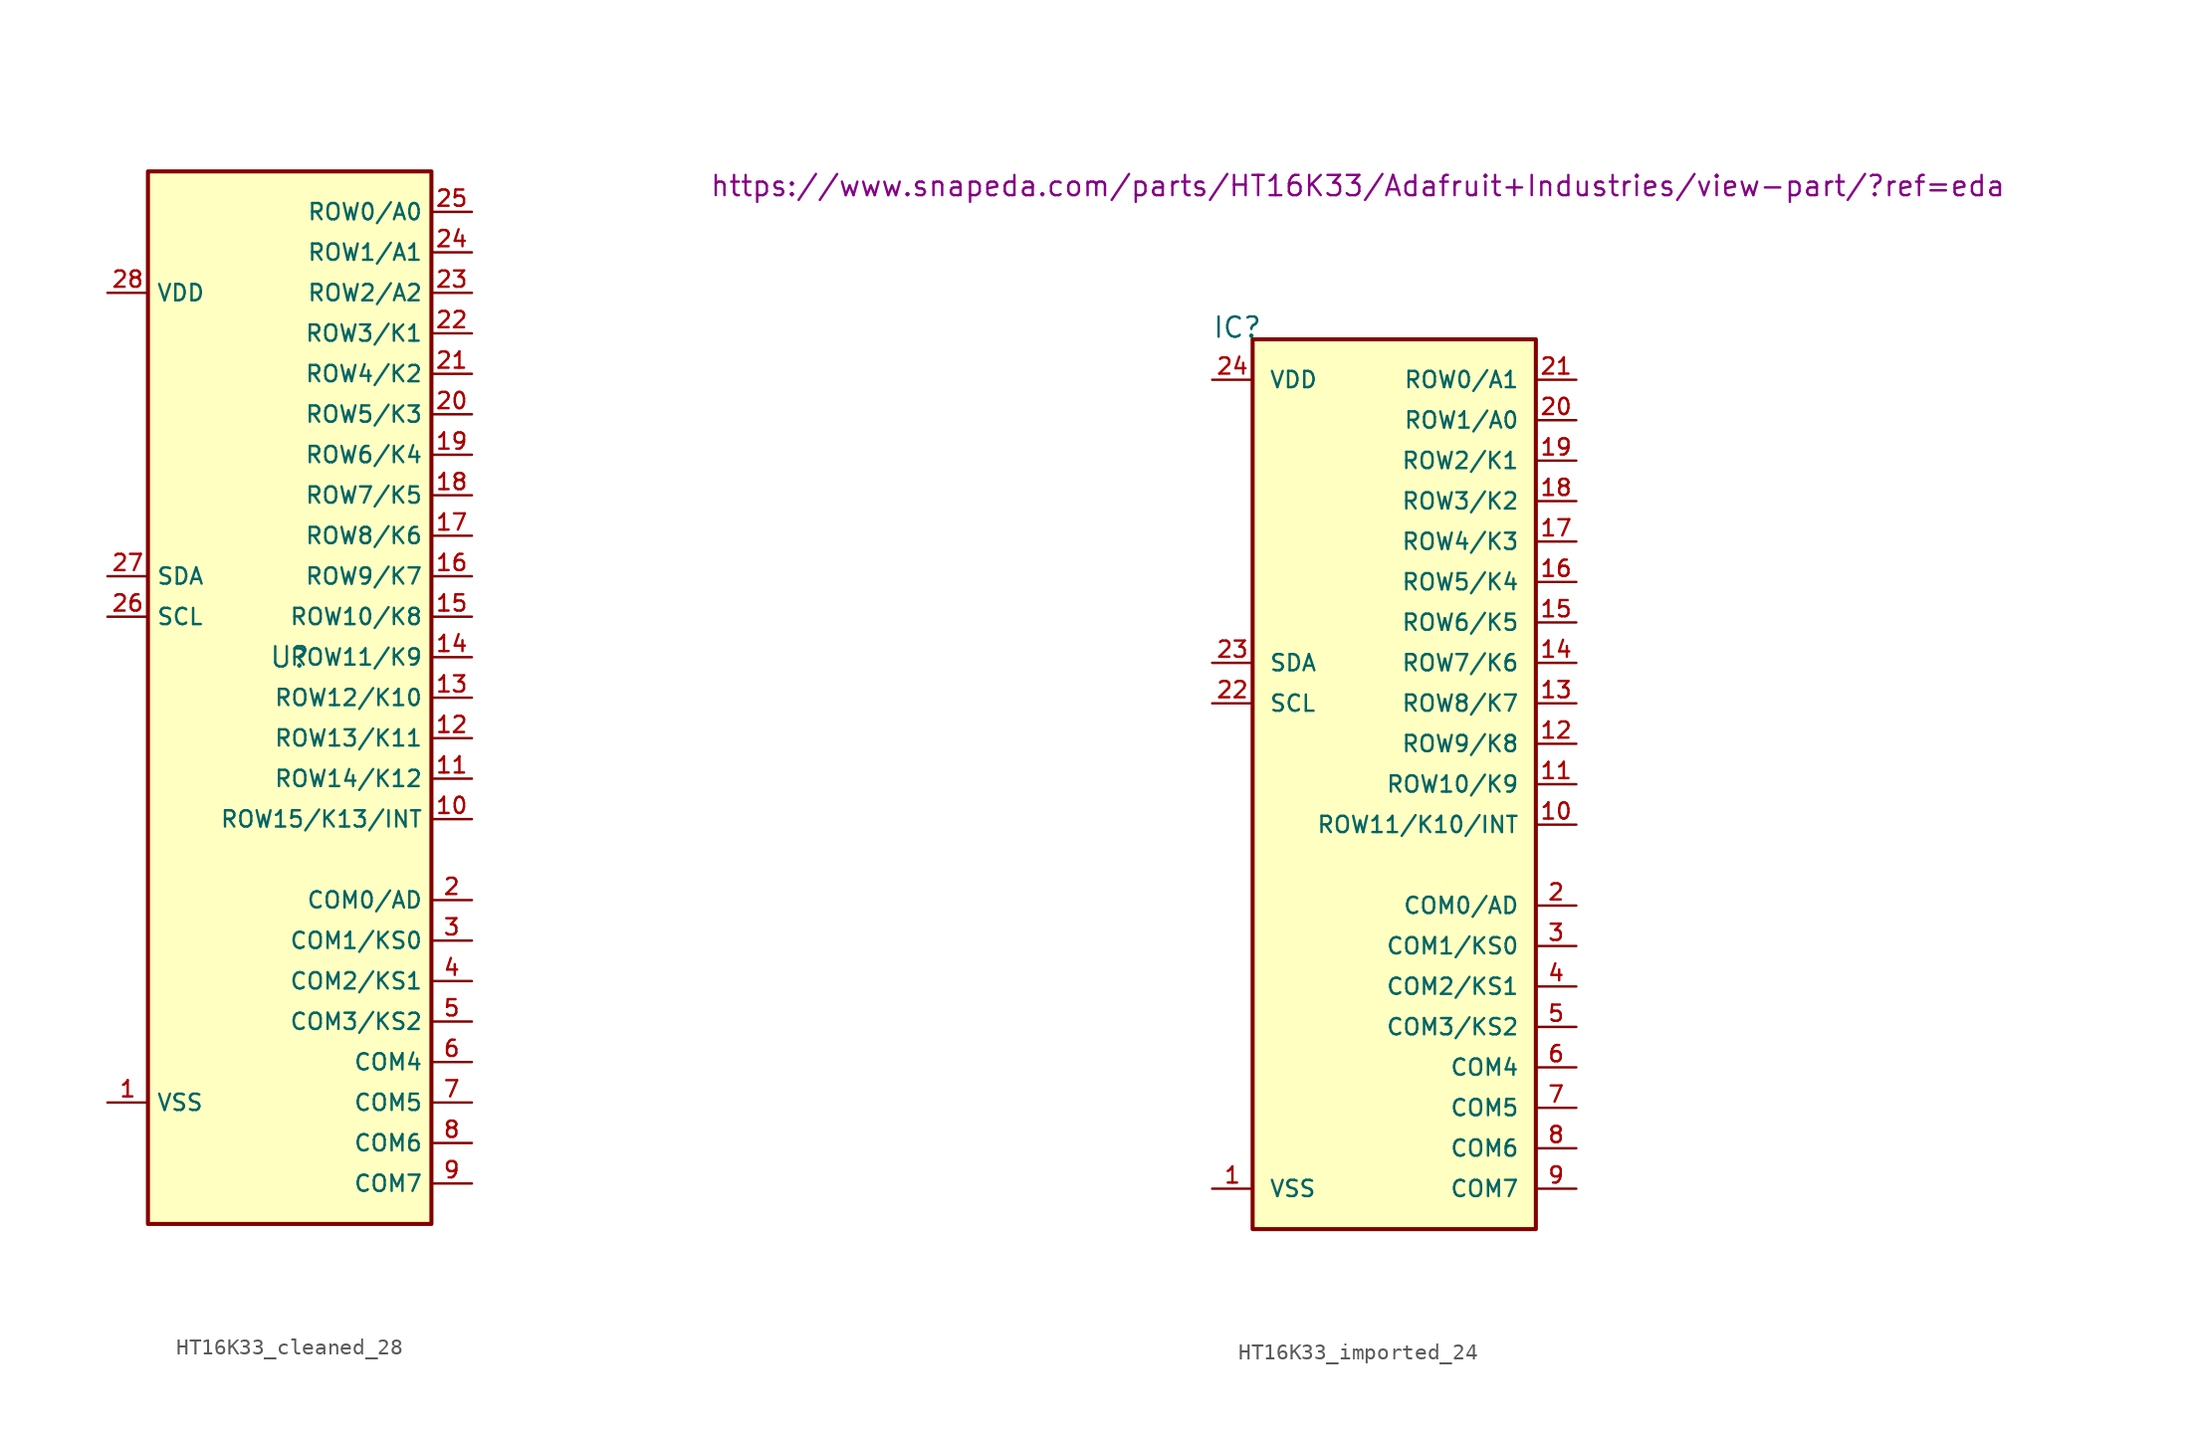
<source format=kicad_sym>
(kicad_symbol_lib
  (version 20231120)
  (generator "kicad_symbol_editor")
  (generator_version "8.0")
  (symbol "HT16K33_cleaned_28"
    (property "Reference" "U"
      (at 0 0 0)
      (effects (font (size 1.27 1.27))))
    (property "Value" ""
      (at 0 0 0)
      (effects (font (size 1.27 1.27))))
    (symbol "HT16K33_cleaned_28_0_0"
      (rectangle (start -8.89 30.48) (end 8.89 -35.56) (stroke (width 0.254) (type default)) (fill (type background)))
      (pin bidirectional line (at -11.43 -27.94 0) (length 2.54) (name "VSS" (effects (font (size 1.016 1.016)))) (number "1" (effects (font (size 1.016 1.016)))))
      (pin bidirectional line (at 11.43 -15.24 180) (length 2.54) (name "COM0/AD" (effects (font (size 1.016 1.016)))) (number "2" (effects (font (size 1.016 1.016)))))
      (pin bidirectional line (at 11.43 -17.78 180) (length 2.54) (name "COM1/KS0" (effects (font (size 1.016 1.016)))) (number "3" (effects (font (size 1.016 1.016)))))
      (pin bidirectional line (at 11.43 -20.32 180) (length 2.54) (name "COM2/KS1" (effects (font (size 1.016 1.016)))) (number "4" (effects (font (size 1.016 1.016)))))
      (pin bidirectional line (at 11.43 -22.86 180) (length 2.54) (name "COM3/KS2" (effects (font (size 1.016 1.016)))) (number "5" (effects (font (size 1.016 1.016)))))
      (pin bidirectional line (at 11.43 -25.4 180) (length 2.54) (name "COM4" (effects (font (size 1.016 1.016)))) (number "6" (effects (font (size 1.016 1.016)))))
      (pin bidirectional line (at 11.43 -27.94 180) (length 2.54) (name "COM5" (effects (font (size 1.016 1.016)))) (number "7" (effects (font (size 1.016 1.016)))))
      (pin bidirectional line (at 11.43 -30.48 180) (length 2.54) (name "COM6" (effects (font (size 1.016 1.016)))) (number "8" (effects (font (size 1.016 1.016)))))
      (pin bidirectional line (at 11.43 -33.02 180) (length 2.54) (name "COM7" (effects (font (size 1.016 1.016)))) (number "9" (effects (font (size 1.016 1.016))))))
    (symbol "HT16K33_cleaned_28_1_0"
      (pin bidirectional line (at 11.43 -10.16 180) (length 2.54) (name "ROW15/K13/INT" (effects (font (size 1.016 1.016)))) (number "10" (effects (font (size 1.016 1.016)))))
      (pin bidirectional line (at 11.43 -7.62 180) (length 2.54) (name "ROW14/K12" (effects (font (size 1.016 1.016)))) (number "11" (effects (font (size 1.016 1.016)))))
      (pin bidirectional line (at 11.43 -5.08 180) (length 2.54) (name "ROW13/K11" (effects (font (size 1.016 1.016)))) (number "12" (effects (font (size 1.016 1.016)))))
      (pin bidirectional line (at 11.43 -2.54 180) (length 2.54) (name "ROW12/K10" (effects (font (size 1.016 1.016)))) (number "13" (effects (font (size 1.016 1.016)))))
      (pin bidirectional line (at 11.43 0 180) (length 2.54) (name "ROW11/K9" (effects (font (size 1.016 1.016)))) (number "14" (effects (font (size 1.016 1.016)))))
      (pin bidirectional line (at 11.43 2.54 180) (length 2.54) (name "ROW10/K8" (effects (font (size 1.016 1.016)))) (number "15" (effects (font (size 1.016 1.016)))))
      (pin bidirectional line (at 11.43 5.08 180) (length 2.54) (name "ROW9/K7" (effects (font (size 1.016 1.016)))) (number "16" (effects (font (size 1.016 1.016)))))
      (pin bidirectional line (at 11.43 7.62 180) (length 2.54) (name "ROW8/K6" (effects (font (size 1.016 1.016)))) (number "17" (effects (font (size 1.016 1.016)))))
      (pin bidirectional line (at 11.43 10.16 180) (length 2.54) (name "ROW7/K5" (effects (font (size 1.016 1.016)))) (number "18" (effects (font (size 1.016 1.016)))))
      (pin bidirectional line (at 11.43 12.7 180) (length 2.54) (name "ROW6/K4" (effects (font (size 1.016 1.016)))) (number "19" (effects (font (size 1.016 1.016)))))
      (pin bidirectional line (at 11.43 15.24 180) (length 2.54) (name "ROW5/K3" (effects (font (size 1.016 1.016)))) (number "20" (effects (font (size 1.016 1.016)))))
      (pin bidirectional line (at 11.43 17.78 180) (length 2.54) (name "ROW4/K2" (effects (font (size 1.016 1.016)))) (number "21" (effects (font (size 1.016 1.016)))))
      (pin bidirectional line (at 11.43 20.32 180) (length 2.54) (name "ROW3/K1" (effects (font (size 1.016 1.016)))) (number "22" (effects (font (size 1.016 1.016)))))
      (pin bidirectional line (at 11.43 22.86 180) (length 2.54) (name "ROW2/A2" (effects (font (size 1.016 1.016)))) (number "23" (effects (font (size 1.016 1.016)))))
      (pin bidirectional line (at 11.43 25.4 180) (length 2.54) (name "ROW1/A1" (effects (font (size 1.016 1.016)))) (number "24" (effects (font (size 1.016 1.016)))))
      (pin bidirectional line (at 11.43 27.94 180) (length 2.54) (name "ROW0/A0" (effects (font (size 1.016 1.016)))) (number "25" (effects (font (size 1.016 1.016)))))
      (pin bidirectional line (at -11.43 2.54 0) (length 2.54) (name "SCL" (effects (font (size 1.016 1.016)))) (number "26" (effects (font (size 1.016 1.016)))))
      (pin bidirectional line (at -11.43 5.08 0) (length 2.54) (name "SDA" (effects (font (size 1.016 1.016)))) (number "27" (effects (font (size 1.016 1.016)))))
      (pin power_in line (at -11.43 22.86 0) (length 2.54) (name "VDD" (effects (font (size 1.016 1.016)))) (number "28" (effects (font (size 1.016 1.016)))))))
  (symbol "HT16K33_imported_24"
    (pin_names
      (offset 1.016))
    (property "Reference" "IC"
      (at -11.43 27.94 0)
      (effects (font (size 1.27 1.27)) (justify left bottom)))
    (property "Check_prices" "https://www.snapeda.com/parts/HT16K33/Adafruit+Industries/view-part/?ref=eda"
      (at -2.286 36.83 0)
      (effects (font (size 1.27 1.27)) (justify bottom)))
    (symbol "HT16K33_imported_24_0_0"
      (rectangle (start -8.89 27.94) (end 8.89 -27.94) (stroke (width 0.254) (type default)) (fill (type background)))
      (pin bidirectional line (at -11.43 -25.4 0) (length 2.54) (name "VSS" (effects (font (size 1.016 1.016)))) (number "1" (effects (font (size 1.016 1.016)))))
      (pin bidirectional line (at 11.43 -2.54 180) (length 2.54) (name "ROW11/K10/INT" (effects (font (size 1.016 1.016)))) (number "10" (effects (font (size 1.016 1.016)))))
      (pin bidirectional line (at 11.43 0 180) (length 2.54) (name "ROW10/K9" (effects (font (size 1.016 1.016)))) (number "11" (effects (font (size 1.016 1.016)))))
      (pin bidirectional line (at 11.43 2.54 180) (length 2.54) (name "ROW9/K8" (effects (font (size 1.016 1.016)))) (number "12" (effects (font (size 1.016 1.016)))))
      (pin bidirectional line (at 11.43 5.08 180) (length 2.54) (name "ROW8/K7" (effects (font (size 1.016 1.016)))) (number "13" (effects (font (size 1.016 1.016)))))
      (pin bidirectional line (at 11.43 7.62 180) (length 2.54) (name "ROW7/K6" (effects (font (size 1.016 1.016)))) (number "14" (effects (font (size 1.016 1.016)))))
      (pin bidirectional line (at 11.43 10.16 180) (length 2.54) (name "ROW6/K5" (effects (font (size 1.016 1.016)))) (number "15" (effects (font (size 1.016 1.016)))))
      (pin bidirectional line (at 11.43 12.7 180) (length 2.54) (name "ROW5/K4" (effects (font (size 1.016 1.016)))) (number "16" (effects (font (size 1.016 1.016)))))
      (pin bidirectional line (at 11.43 15.24 180) (length 2.54) (name "ROW4/K3" (effects (font (size 1.016 1.016)))) (number "17" (effects (font (size 1.016 1.016)))))
      (pin bidirectional line (at 11.43 17.78 180) (length 2.54) (name "ROW3/K2" (effects (font (size 1.016 1.016)))) (number "18" (effects (font (size 1.016 1.016)))))
      (pin bidirectional line (at 11.43 20.32 180) (length 2.54) (name "ROW2/K1" (effects (font (size 1.016 1.016)))) (number "19" (effects (font (size 1.016 1.016)))))
      (pin bidirectional line (at 11.43 -7.62 180) (length 2.54) (name "COM0/AD" (effects (font (size 1.016 1.016)))) (number "2" (effects (font (size 1.016 1.016)))))
      (pin bidirectional line (at 11.43 22.86 180) (length 2.54) (name "ROW1/A0" (effects (font (size 1.016 1.016)))) (number "20" (effects (font (size 1.016 1.016)))))
      (pin bidirectional line (at 11.43 25.4 180) (length 2.54) (name "ROW0/A1" (effects (font (size 1.016 1.016)))) (number "21" (effects (font (size 1.016 1.016)))))
      (pin bidirectional line (at -11.43 5.08 0) (length 2.54) (name "SCL" (effects (font (size 1.016 1.016)))) (number "22" (effects (font (size 1.016 1.016)))))
      (pin bidirectional line (at -11.43 7.62 0) (length 2.54) (name "SDA" (effects (font (size 1.016 1.016)))) (number "23" (effects (font (size 1.016 1.016)))))
      (pin power_in line (at -11.43 25.4 0) (length 2.54) (name "VDD" (effects (font (size 1.016 1.016)))) (number "24" (effects (font (size 1.016 1.016)))))
      (pin bidirectional line (at 11.43 -10.16 180) (length 2.54) (name "COM1/KS0" (effects (font (size 1.016 1.016)))) (number "3" (effects (font (size 1.016 1.016)))))
      (pin bidirectional line (at 11.43 -12.7 180) (length 2.54) (name "COM2/KS1" (effects (font (size 1.016 1.016)))) (number "4" (effects (font (size 1.016 1.016)))))
      (pin bidirectional line (at 11.43 -15.24 180) (length 2.54) (name "COM3/KS2" (effects (font (size 1.016 1.016)))) (number "5" (effects (font (size 1.016 1.016)))))
      (pin bidirectional line (at 11.43 -17.78 180) (length 2.54) (name "COM4" (effects (font (size 1.016 1.016)))) (number "6" (effects (font (size 1.016 1.016)))))
      (pin bidirectional line (at 11.43 -20.32 180) (length 2.54) (name "COM5" (effects (font (size 1.016 1.016)))) (number "7" (effects (font (size 1.016 1.016)))))
      (pin bidirectional line (at 11.43 -22.86 180) (length 2.54) (name "COM6" (effects (font (size 1.016 1.016)))) (number "8" (effects (font (size 1.016 1.016)))))
      (pin bidirectional line (at 11.43 -25.4 180) (length 2.54) (name "COM7" (effects (font (size 1.016 1.016)))) (number "9" (effects (font (size 1.016 1.016))))))))
</source>
